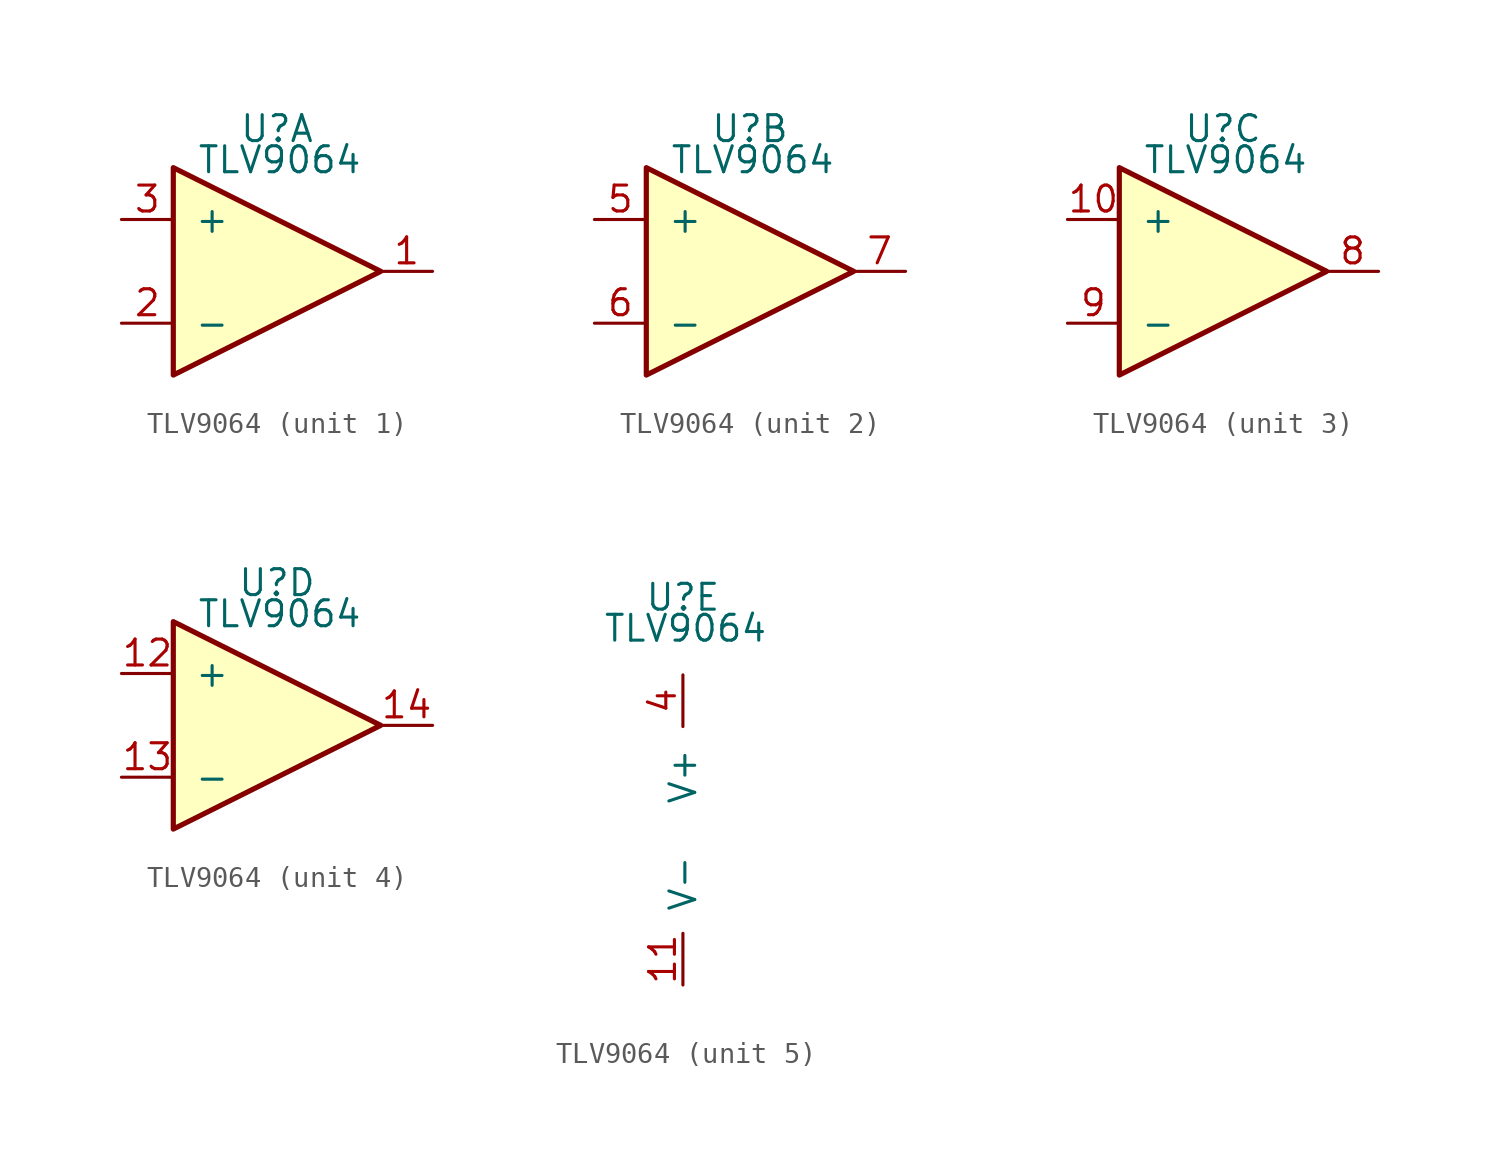
<source format=kicad_sym>
(kicad_symbol_lib
  (version 20241209)
  (generator "kicad_symbol_editor")
  (generator_version "9.0")
  (symbol "TLV9064"
    (pin_names
      (offset 1.016))
    (property "Reference" "U"
      (at 0 0 0)
      (effects (font (size 1.27 1.27))))
    (property "Value" "TLV9064"
      (at 0.127 -1.524 0)
      (effects (font (size 1.27 1.27))))
    (property "ki_locked" ""
      (at 0 0 0)
      (effects (font (size 1.27 1.27))))
    (symbol "TLV9064_1_1"
      (polyline (pts (xy -5.08 -1.905) (xy 5.08 -6.985) (xy -5.08 -12.065) (xy -5.08 -1.905)) (stroke (width 0.254) (type solid)) (fill (type background)))
      (pin input line (at -7.62 -4.445 0) (length 2.54) (name "+" (effects (font (size 1.27 1.27)))) (number "3" (effects (font (size 1.27 1.27)))))
      (pin input line (at -7.62 -9.525 0) (length 2.54) (name "-" (effects (font (size 1.27 1.27)))) (number "2" (effects (font (size 1.27 1.27)))))
      (pin output line (at 7.62 -6.985 180) (length 2.54) (name "~" (effects (font (size 1.27 1.27)))) (number "1" (effects (font (size 1.27 1.27))))))
    (symbol "TLV9064_2_1"
      (polyline (pts (xy -5.08 -1.905) (xy 5.08 -6.985) (xy -5.08 -12.065) (xy -5.08 -1.905)) (stroke (width 0.254) (type solid)) (fill (type background)))
      (pin input line (at -7.62 -4.445 0) (length 2.54) (name "+" (effects (font (size 1.27 1.27)))) (number "5" (effects (font (size 1.27 1.27)))))
      (pin input line (at -7.62 -9.525 0) (length 2.54) (name "-" (effects (font (size 1.27 1.27)))) (number "6" (effects (font (size 1.27 1.27)))))
      (pin output line (at 7.62 -6.985 180) (length 2.54) (name "~" (effects (font (size 1.27 1.27)))) (number "7" (effects (font (size 1.27 1.27))))))
    (symbol "TLV9064_3_1"
      (polyline (pts (xy -5.08 -1.905) (xy 5.08 -6.985) (xy -5.08 -12.065) (xy -5.08 -1.905)) (stroke (width 0.254) (type solid)) (fill (type background)))
      (pin input line (at -7.62 -4.445 0) (length 2.54) (name "+" (effects (font (size 1.27 1.27)))) (number "10" (effects (font (size 1.27 1.27)))))
      (pin input line (at -7.62 -9.525 0) (length 2.54) (name "-" (effects (font (size 1.27 1.27)))) (number "9" (effects (font (size 1.27 1.27)))))
      (pin output line (at 7.62 -6.985 180) (length 2.54) (name "~" (effects (font (size 1.27 1.27)))) (number "8" (effects (font (size 1.27 1.27))))))
    (symbol "TLV9064_4_1"
      (polyline (pts (xy -5.08 -1.905) (xy 5.08 -6.985) (xy -5.08 -12.065) (xy -5.08 -1.905)) (stroke (width 0.254) (type solid)) (fill (type background)))
      (pin input line (at -7.62 -4.445 0) (length 2.54) (name "+" (effects (font (size 1.27 1.27)))) (number "12" (effects (font (size 1.27 1.27)))))
      (pin input line (at -7.62 -9.525 0) (length 2.54) (name "-" (effects (font (size 1.27 1.27)))) (number "13" (effects (font (size 1.27 1.27)))))
      (pin output line (at 7.62 -6.985 180) (length 2.54) (name "~" (effects (font (size 1.27 1.27)))) (number "14" (effects (font (size 1.27 1.27))))))
    (symbol "TLV9064_5_1"
      (pin power_in line (at 0 -3.81 270) (length 2.54) (name "V+" (effects (font (size 1.27 1.27)))) (number "4" (effects (font (size 1.27 1.27)))))
      (pin power_in line (at 0 -19.05 90) (length 2.54) (name "V-" (effects (font (size 1.27 1.27)))) (number "11" (effects (font (size 1.27 1.27))))))))
</source>
